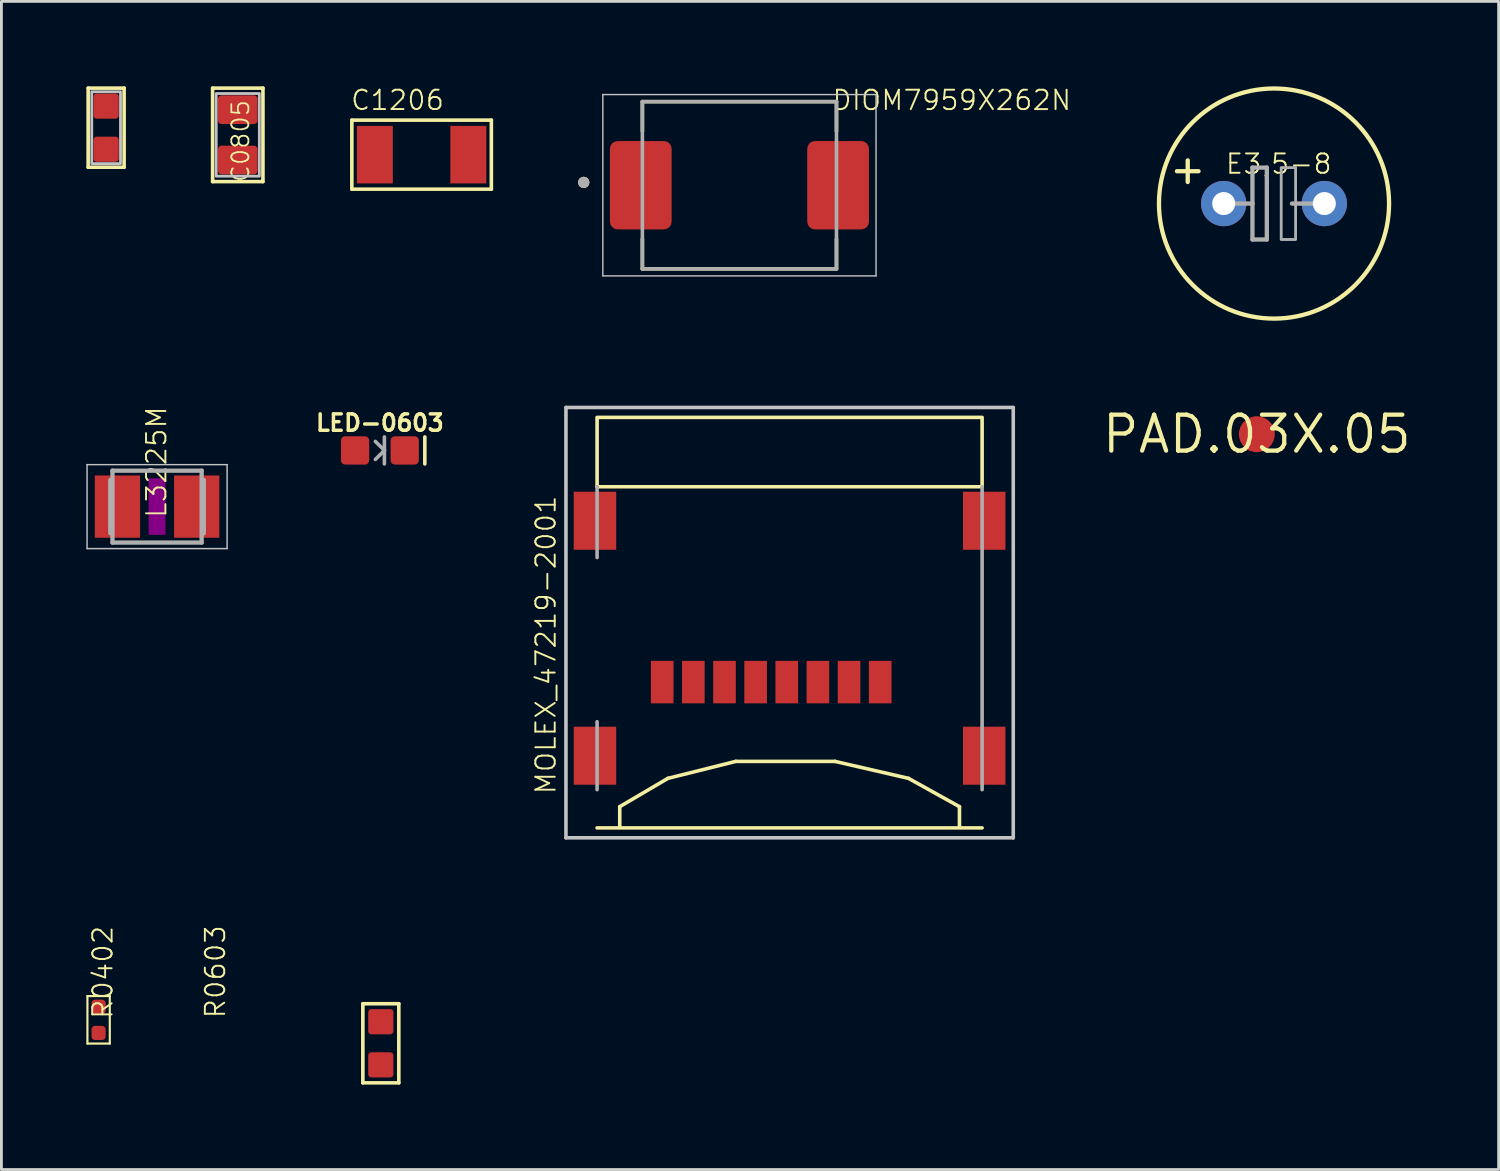
<source format=kicad_pcb>
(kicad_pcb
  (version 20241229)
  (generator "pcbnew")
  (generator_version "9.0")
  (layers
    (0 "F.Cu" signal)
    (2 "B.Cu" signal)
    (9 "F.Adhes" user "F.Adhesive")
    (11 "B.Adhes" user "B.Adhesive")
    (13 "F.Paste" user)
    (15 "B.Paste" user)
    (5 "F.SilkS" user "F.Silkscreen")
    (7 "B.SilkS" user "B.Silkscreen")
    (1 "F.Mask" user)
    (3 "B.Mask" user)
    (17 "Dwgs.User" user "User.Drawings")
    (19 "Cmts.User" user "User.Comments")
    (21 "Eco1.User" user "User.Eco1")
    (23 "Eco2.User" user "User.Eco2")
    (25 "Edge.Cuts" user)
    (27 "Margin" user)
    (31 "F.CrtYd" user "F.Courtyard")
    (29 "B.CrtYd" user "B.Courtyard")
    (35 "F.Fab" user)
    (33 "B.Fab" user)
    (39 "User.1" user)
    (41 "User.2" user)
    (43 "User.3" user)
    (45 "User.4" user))
  (footprint "LED-0603"
    (layer "F.Cu")
    (at 10.369 12.86)
    (property "Reference" "LED-0603" (at 0 -0.635 0) (layer "F.SilkS") (effects (font (size 0.579 0.579) (thickness 0.122)) (justify bottom)))
    (attr through_hole)
    (fp_line (start 1.587 -0.476) (end 1.587 0.476) (stroke (width 0.127) (type solid)) (layer "F.SilkS"))
    (fp_line (start 0.159 -0.476) (end 0.159 0) (stroke (width 0.127) (type solid)) (layer "F.Fab"))
    (fp_line (start 0.159 0) (end -0.159 -0.318) (stroke (width 0.127) (type solid)) (layer "F.Fab"))
    (fp_line (start 0.159 0) (end -0.159 0.318) (stroke (width 0.127) (type solid)) (layer "F.Fab"))
    (fp_line (start 0.159 0) (end 0.159 0.476) (stroke (width 0.127) (type solid)) (layer "F.Fab"))
    (pad "A" smd roundrect (at -0.877 0 270) (size 1 1) (layers "F.Cu" "F.Mask" "F.Paste") (roundrect_rratio 0.15))
    (pad "C" smd roundrect (at 0.877 0 270) (size 1 1) (layers "F.Cu" "F.Mask" "F.Paste") (roundrect_rratio 0.15)))
  (footprint "R0402"
    (layer "F.Cu")
    (at 0.433 32.973)
    (property "Reference" "R0402" (at -0.254 -3.365 270) (layer "F.SilkS") (effects (font (size 0.684 0.684) (thickness 0.068)) (justify right top)))
    (attr through_hole)
    (fp_line (start -0.395 -0.839) (end 0.395 -0.839) (stroke (width 0.076) (type solid)) (layer "F.SilkS"))
    (fp_line (start -0.395 0.839) (end -0.395 -0.839) (stroke (width 0.076) (type solid)) (layer "F.SilkS"))
    (fp_line (start 0.395 -0.839) (end 0.395 0.839) (stroke (width 0.076) (type solid)) (layer "F.SilkS"))
    (fp_line (start 0.395 0.839) (end -0.395 0.839) (stroke (width 0.076) (type solid)) (layer "F.SilkS"))
    (pad "1" smd roundrect (at 0 -0.463 270) (size 0.5 0.5) (layers "F.Cu" "F.Mask" "F.Paste") (roundrect_rratio 0.25))
    (pad "2" smd roundrect (at 0 0.463 270) (size 0.5 0.5) (layers "F.Cu" "F.Mask" "F.Paste") (roundrect_rratio 0.25)))
  (footprint "C0805"
    (layer "F.Cu")
    (at 5.349 1.714)
    (property "Reference" "C0805" (at -0.254 -1.27 270) (layer "F.SilkS") (effects (font (size 0.603 0.603) (thickness 0.06)) (justify right top)))
    (attr through_hole)
    (fp_line (start -0.889 -1.651) (end 0.889 -1.651) (stroke (width 0.127) (type solid)) (layer "F.SilkS"))
    (fp_line (start -0.889 1.651) (end -0.889 -1.651) (stroke (width 0.127) (type solid)) (layer "F.SilkS"))
    (fp_line (start 0.889 -1.651) (end 0.889 1.651) (stroke (width 0.127) (type solid)) (layer "F.SilkS"))
    (fp_line (start 0.889 1.651) (end -0.889 1.651) (stroke (width 0.127) (type solid)) (layer "F.SilkS"))
    (fp_poly (pts (xy -0.762 -1.46) (xy -0.762 1.46) (xy 0.762 1.46) (xy 0.762 -1.46)) (stroke (width 0.1) (type solid)) (fill no) (layer "Dwgs.User"))
    (pad "1" smd roundrect (at 0 -0.889 270) (size 1.016 1.397) (layers "F.Cu" "F.Mask" "F.Paste") (roundrect_rratio 0.125))
    (pad "2" smd roundrect (at 0 0.889 270) (size 1.016 1.397) (layers "F.Cu" "F.Mask" "F.Paste") (roundrect_rratio 0.125)))
  (footprint "R0603"
    (layer "F.Cu")
    (at 10.402 33.802)
    (property "Reference" "R0603" (at -5.445 -0.836 90) (layer "F.SilkS") (effects (font (size 0.684 0.684) (thickness 0.068)) (justify left bottom)))
    (attr through_hole)
    (fp_line (start -0.635 -1.397) (end 0.635 -1.397) (stroke (width 0.127) (type solid)) (layer "F.SilkS"))
    (fp_line (start -0.635 1.397) (end -0.635 -1.397) (stroke (width 0.127) (type solid)) (layer "F.SilkS"))
    (fp_line (start 0.635 -1.397) (end 0.635 1.397) (stroke (width 0.127) (type solid)) (layer "F.SilkS"))
    (fp_line (start 0.635 1.397) (end -0.635 1.397) (stroke (width 0.127) (type solid)) (layer "F.SilkS"))
    (pad "1" smd roundrect (at 0 -0.762 270) (size 0.889 0.889) (layers "F.Cu" "F.Mask" "F.Paste") (roundrect_rratio 0.125))
    (pad "2" smd roundrect (at 0 0.762 270) (size 0.889 0.889) (layers "F.Cu" "F.Mask" "F.Paste") (roundrect_rratio 0.125)))
  (footprint "C1206"
    (layer "F.Cu")
    (at 11.842 2.413)
    (property "Reference" "C1206" (at -2.54 -1.524 0) (layer "F.SilkS") (effects (font (size 0.684 0.684) (thickness 0.068)) (justify left bottom)))
    (attr through_hole)
    (fp_line (start -2.464 -1.219) (end 2.464 -1.219) (stroke (width 0.127) (type solid)) (layer "F.SilkS"))
    (fp_line (start -2.464 1.219) (end -2.464 -1.219) (stroke (width 0.127) (type solid)) (layer "F.SilkS"))
    (fp_line (start 2.464 -1.219) (end 2.464 1.219) (stroke (width 0.127) (type solid)) (layer "F.SilkS"))
    (fp_line (start 2.464 1.219) (end -2.464 1.219) (stroke (width 0.127) (type solid)) (layer "F.SilkS"))
    (pad "1" smd rect (at -1.651 0) (size 1.27 2.032) (layers "F.Cu" "F.Mask" "F.Paste"))
    (pad "2" smd rect (at 1.651 0) (size 1.27 2.032) (layers "F.Cu" "F.Mask" "F.Paste")))
  (footprint "DIOM7959X262N"
    (layer "F.Cu")
    (at 23.069 3.493)
    (property "Reference" "DIOM7959X262N" (at 3.239 -2.603 180) (layer "F.SilkS") (effects (font (size 0.684 0.684) (thickness 0.068)) (justify left bottom)))
    (attr through_hole)
    (fp_line (start -3.428 -2.953) (end 3.428 -2.953) (stroke (width 0.127) (type solid)) (layer "F.SilkS"))
    (fp_line (start -3.428 -1.9) (end -3.428 -2.953) (stroke (width 0.127) (type solid)) (layer "F.SilkS"))
    (fp_line (start -3.428 1.9) (end -3.428 2.953) (stroke (width 0.127) (type solid)) (layer "F.SilkS"))
    (fp_line (start -3.428 2.953) (end 3.428 2.953) (stroke (width 0.127) (type solid)) (layer "F.SilkS"))
    (fp_line (start 3.428 -2.953) (end 3.428 -1.9) (stroke (width 0.127) (type solid)) (layer "F.SilkS"))
    (fp_line (start 3.428 2.953) (end 3.428 1.9) (stroke (width 0.127) (type solid)) (layer "F.SilkS"))
    (fp_circle (center -5.5 -0.1) (end -5.4 -0.1) (stroke (width 0.2) (type solid)) (fill no) (layer "F.SilkS"))
    (fp_line (start -4.825 -3.203) (end 4.825 -3.203) (stroke (width 0.05) (type solid)) (layer "Dwgs.User"))
    (fp_line (start -4.825 3.203) (end -4.825 -3.203) (stroke (width 0.05) (type solid)) (layer "Dwgs.User"))
    (fp_line (start 4.825 -3.203) (end 4.825 3.203) (stroke (width 0.05) (type solid)) (layer "Dwgs.User"))
    (fp_line (start 4.825 3.203) (end -4.825 3.203) (stroke (width 0.05) (type solid)) (layer "Dwgs.User"))
    (fp_line (start -3.428 -2.953) (end 3.428 -2.953) (stroke (width 0.127) (type solid)) (layer "F.Fab"))
    (fp_line (start -3.428 2.953) (end -3.428 -2.953) (stroke (width 0.127) (type solid)) (layer "F.Fab"))
    (fp_line (start 3.428 -2.953) (end 3.428 2.953) (stroke (width 0.127) (type solid)) (layer "F.Fab"))
    (fp_line (start 3.428 2.953) (end -3.428 2.953) (stroke (width 0.127) (type solid)) (layer "F.Fab"))
    (fp_circle (center -5.5 -0.1) (end -5.4 -0.1) (stroke (width 0.2) (type solid)) (fill no) (layer "F.Fab"))
    (pad "1" smd roundrect (at -3.485 0) (size 2.18 3.12) (layers "F.Cu" "F.Mask" "F.Paste") (roundrect_rratio 0.125))
    (pad "2" smd roundrect (at 3.485 0) (size 2.18 3.12) (layers "F.Cu" "F.Mask" "F.Paste") (roundrect_rratio 0.125)))
  (footprint "C0603"
    (layer "F.Cu")
    (at 0.699 1.46)
    (property "Reference" "C0603" (at -0.254 -1.27 270) (layer "F.Mask") (effects (font (size 0.603 0.603) (thickness 0.06)) (justify right top)))
    (attr through_hole)
    (fp_line (start -0.635 -1.397) (end 0.635 -1.397) (stroke (width 0.127) (type solid)) (layer "F.SilkS"))
    (fp_line (start -0.635 1.397) (end -0.635 -1.397) (stroke (width 0.127) (type solid)) (layer "F.SilkS"))
    (fp_line (start 0.635 -1.397) (end 0.635 1.397) (stroke (width 0.127) (type solid)) (layer "F.SilkS"))
    (fp_line (start 0.635 1.397) (end -0.635 1.397) (stroke (width 0.127) (type solid)) (layer "F.SilkS"))
    (fp_poly (pts (xy -0.508 -1.27) (xy -0.508 1.27) (xy 0.508 1.27) (xy 0.508 -1.27)) (stroke (width 0.1) (type solid)) (fill no) (layer "Dwgs.User"))
    (pad "1" smd roundrect (at 0 -0.762 270) (size 0.889 0.889) (layers "F.Cu" "F.Mask" "F.Paste") (roundrect_rratio 0.125))
    (pad "2" smd roundrect (at 0 0.762 270) (size 0.889 0.889) (layers "F.Cu" "F.Mask" "F.Paste") (roundrect_rratio 0.125)))
  (footprint "PAD.03X.05"
    (layer "F.Cu")
    (at 41.345 12.287)
    (property "Reference" "PAD.03X.05" (at 0 0 0) (layer "F.SilkS") (effects (font (size 1.27 1.27) (thickness 0.15))))
    (attr through_hole)
    (pad "P$1" smd roundrect (at 0 0) (size 1.27 1.27) (layers "F.Cu" "F.Mask") (roundrect_rratio 0.5)))
  (footprint "E3,5-8"
    (layer "F.Cu")
    (at 41.952 4.14)
    (property "Reference" "E3,5-8" (at -1.75 -1 180) (layer "F.SilkS") (effects (font (size 0.684 0.684) (thickness 0.068)) (justify left bottom)))
    (attr through_hole)
    (fp_line (start -3.429 -1.143) (end -2.667 -1.143) (stroke (width 0.152) (type solid)) (layer "F.SilkS"))
    (fp_line (start -3.048 -0.762) (end -3.048 -1.524) (stroke (width 0.152) (type solid)) (layer "F.SilkS"))
    (fp_circle (center 0 0) (end 4.064 0) (stroke (width 0.152) (type solid)) (fill no) (layer "F.SilkS"))
    (fp_line (start -1.651 0) (end -0.762 0) (stroke (width 0.152) (type solid)) (layer "F.Fab"))
    (fp_line (start -0.762 -1.27) (end -0.762 0) (stroke (width 0.152) (type solid)) (layer "F.Fab"))
    (fp_line (start -0.762 0) (end -0.762 1.27) (stroke (width 0.152) (type solid)) (layer "F.Fab"))
    (fp_line (start -0.762 1.27) (end -0.254 1.27) (stroke (width 0.152) (type solid)) (layer "F.Fab"))
    (fp_line (start -0.254 -1.27) (end -0.762 -1.27) (stroke (width 0.152) (type solid)) (layer "F.Fab"))
    (fp_line (start -0.254 1.27) (end -0.254 -1.27) (stroke (width 0.152) (type solid)) (layer "F.Fab"))
    (fp_line (start 0.635 0) (end 1.651 0) (stroke (width 0.152) (type solid)) (layer "F.Fab"))
    (fp_poly (pts (xy 0.254 1.27) (xy 0.762 1.27) (xy 0.762 -1.27) (xy 0.254 -1.27)) (stroke (width 0.1) (type solid)) (fill no) (layer "F.Fab"))
    (pad "+" thru_hole circle (at -1.778 0) (size 1.6 1.6) (drill 0.813) (layers "*.Cu" "*.Mask"))
    (pad "-" thru_hole circle (at 1.778 0) (size 1.6 1.6) (drill 0.813) (layers "*.Cu" "*.Mask")))
  (footprint "MOLEX_47219-2001"
    (layer "F.Cu")
    (at 24.841 18.944)
    (property "Reference" "MOLEX_47219-2001" (at -8.21 6.107 90) (layer "F.SilkS") (effects (font (size 0.684 0.684) (thickness 0.068)) (justify left bottom)))
    (attr through_hole)
    (fp_line (start -6.8 -7.25) (end 6.8 -7.25) (stroke (width 0.127) (type solid)) (layer "F.SilkS"))
    (fp_line (start -6.8 -7.2) (end -6.8 -4.8) (stroke (width 0.127) (type solid)) (layer "F.SilkS"))
    (fp_line (start -6.8 -4.8) (end 6.8 -4.8) (stroke (width 0.127) (type solid)) (layer "F.SilkS"))
    (fp_line (start -6.8 7.25) (end 6.8 7.25) (stroke (width 0.127) (type solid)) (layer "F.SilkS"))
    (fp_line (start -6 6.5) (end -4.3 5.5) (stroke (width 0.127) (type solid)) (layer "F.SilkS"))
    (fp_line (start -6 7.2) (end -6 6.5) (stroke (width 0.127) (type solid)) (layer "F.SilkS"))
    (fp_line (start -4.3 5.5) (end -1.9 4.9) (stroke (width 0.127) (type solid)) (layer "F.SilkS"))
    (fp_line (start -1.9 4.9) (end 1.6 4.9) (stroke (width 0.127) (type solid)) (layer "F.SilkS"))
    (fp_line (start 1.6 4.9) (end 4.2 5.5) (stroke (width 0.127) (type solid)) (layer "F.SilkS"))
    (fp_line (start 4.2 5.5) (end 6 6.5) (stroke (width 0.127) (type solid)) (layer "F.SilkS"))
    (fp_line (start 6 7.2) (end 6 6.5) (stroke (width 0.127) (type solid)) (layer "F.SilkS"))
    (fp_line (start 6.8 -7.2) (end 6.8 -4.8) (stroke (width 0.127) (type solid)) (layer "F.SilkS"))
    (fp_line (start -7.9 -7.6) (end 7.9 -7.6) (stroke (width 0.127) (type solid)) (layer "Dwgs.User"))
    (fp_line (start -7.9 7.6) (end -7.9 -7.6) (stroke (width 0.127) (type solid)) (layer "Dwgs.User"))
    (fp_line (start 7.9 -7.6) (end 7.9 7.6) (stroke (width 0.127) (type solid)) (layer "Dwgs.User"))
    (fp_line (start 7.9 7.6) (end -7.9 7.6) (stroke (width 0.127) (type solid)) (layer "Dwgs.User"))
    (fp_line (start -6.8 -2.3) (end -6.8 -4.8) (stroke (width 0.127) (type solid)) (layer "F.Fab"))
    (fp_line (start -6.8 5.9) (end -6.8 3.5) (stroke (width 0.127) (type solid)) (layer "F.Fab"))
    (fp_line (start 6.8 -4.8) (end 6.8 5.9) (stroke (width 0.127) (type solid)) (layer "F.Fab"))
    (pad "1" smd rect (at 3.2 2.1) (size 0.8 1.5) (layers "F.Cu" "F.Mask" "F.Paste"))
    (pad "2" smd rect (at 2.1 2.1) (size 0.8 1.5) (layers "F.Cu" "F.Mask" "F.Paste"))
    (pad "3" smd rect (at 1 2.1) (size 0.8 1.5) (layers "F.Cu" "F.Mask" "F.Paste"))
    (pad "4" smd rect (at -0.1 2.1) (size 0.8 1.5) (layers "F.Cu" "F.Mask" "F.Paste"))
    (pad "5" smd rect (at -1.2 2.1) (size 0.8 1.5) (layers "F.Cu" "F.Mask" "F.Paste"))
    (pad "6" smd rect (at -2.3 2.1) (size 0.8 1.5) (layers "F.Cu" "F.Mask" "F.Paste"))
    (pad "7" smd rect (at -3.4 2.1) (size 0.8 1.5) (layers "F.Cu" "F.Mask" "F.Paste"))
    (pad "8" smd rect (at -4.5 2.1) (size 0.8 1.5) (layers "F.Cu" "F.Mask" "F.Paste"))
    (pad "G1" smd rect (at 6.875 4.7) (size 1.5 2.05) (layers "F.Cu" "F.Mask" "F.Paste"))
    (pad "G2" smd rect (at 6.875 -3.6) (size 1.5 2.05) (layers "F.Cu" "F.Mask" "F.Paste"))
    (pad "G3" smd rect (at -6.875 -3.6) (size 1.5 2.05) (layers "F.Cu" "F.Mask" "F.Paste"))
    (pad "G4" smd rect (at -6.875 4.7) (size 1.5 2.05) (layers "F.Cu" "F.Mask" "F.Paste")))
  (footprint "L3225M"
    (layer "F.Cu")
    (at 2.498 14.845)
    (property "Reference" "L3225M" (at 0.381 0.445 90) (layer "F.SilkS") (effects (font (size 0.684 0.684) (thickness 0.068)) (justify left bottom)))
    (attr through_hole)
    (fp_poly (pts (xy -0.3 1) (xy 0.3 1) (xy 0.3 -1) (xy -0.3 -1)) (stroke (width 0) (type solid)) (fill yes) (layer "F.Adhes"))
    (fp_line (start -2.473 -1.483) (end 2.473 -1.483) (stroke (width 0.051) (type solid)) (layer "Dwgs.User"))
    (fp_line (start -2.473 1.483) (end -2.473 -1.483) (stroke (width 0.051) (type solid)) (layer "Dwgs.User"))
    (fp_line (start 2.473 -1.483) (end 2.473 1.483) (stroke (width 0.051) (type solid)) (layer "Dwgs.User"))
    (fp_line (start 2.473 1.483) (end -2.473 1.483) (stroke (width 0.051) (type solid)) (layer "Dwgs.User"))
    (fp_line (start -1.651 -0.94) (end -1.651 0.94) (stroke (width 0.152) (type solid)) (layer "F.Fab"))
    (fp_line (start -1.575 -1.27) (end 1.575 -1.27) (stroke (width 0.152) (type solid)) (layer "F.Fab"))
    (fp_line (start -1.575 1.27) (end -1.575 -1.27) (stroke (width 0.152) (type solid)) (layer "F.Fab"))
    (fp_line (start 1.575 -1.27) (end 1.575 1.27) (stroke (width 0.152) (type solid)) (layer "F.Fab"))
    (fp_line (start 1.575 1.27) (end -1.575 1.27) (stroke (width 0.152) (type solid)) (layer "F.Fab"))
    (fp_line (start 1.651 -0.94) (end 1.651 0.94) (stroke (width 0.152) (type solid)) (layer "F.Fab"))
    (pad "1" smd rect (at -1.4 0) (size 1.6 2.2) (layers "F.Cu" "F.Mask" "F.Paste"))
    (pad "2" smd rect (at 1.4 0) (size 1.6 2.2) (layers "F.Cu" "F.Mask" "F.Paste")))
  (gr_rect
    (start -3 -3)
    (end 49.886 38.262)
    (stroke (width 0.1) (type default))
    (fill no)
    (layer "Edge.Cuts")))
</source>
